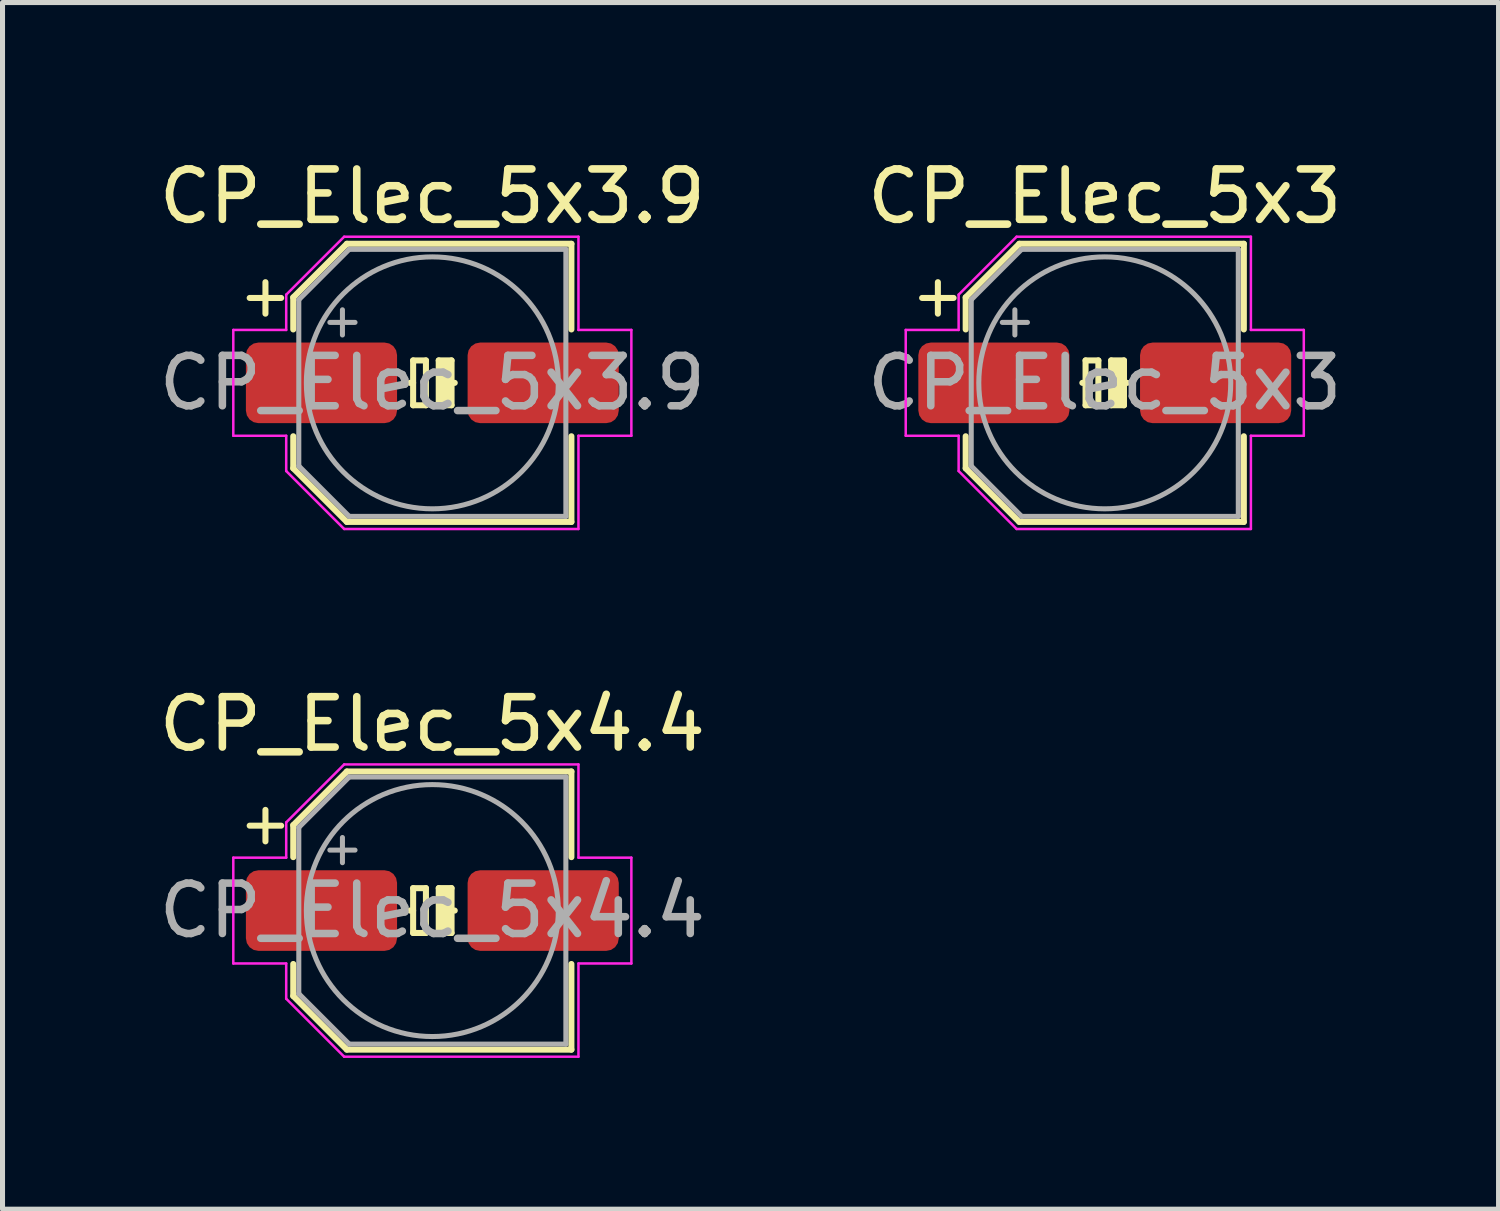
<source format=kicad_pcb>
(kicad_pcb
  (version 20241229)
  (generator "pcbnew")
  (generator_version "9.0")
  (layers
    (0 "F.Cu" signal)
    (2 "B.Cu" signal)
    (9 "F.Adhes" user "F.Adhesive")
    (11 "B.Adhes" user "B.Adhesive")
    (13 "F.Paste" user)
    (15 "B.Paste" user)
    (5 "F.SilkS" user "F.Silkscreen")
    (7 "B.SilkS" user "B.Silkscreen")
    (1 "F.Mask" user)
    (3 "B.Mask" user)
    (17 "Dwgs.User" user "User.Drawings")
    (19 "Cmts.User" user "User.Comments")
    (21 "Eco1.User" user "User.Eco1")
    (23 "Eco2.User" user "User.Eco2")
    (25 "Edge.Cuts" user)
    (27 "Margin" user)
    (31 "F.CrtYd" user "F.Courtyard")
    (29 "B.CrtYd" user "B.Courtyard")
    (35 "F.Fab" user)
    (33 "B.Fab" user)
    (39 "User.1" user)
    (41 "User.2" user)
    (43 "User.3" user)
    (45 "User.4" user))
  (footprint "CP_Elec_5x3"
    (layer "F.Cu")
    (at 18.875 4.548)
    (property "Reference" "CP_Elec_5x3" (at 0 -3.7 0) (layer "F.SilkS") (effects (font (size 1 1) (thickness 0.15))))
    (attr smd)
    (fp_line (start -3.625 -1.685) (end -3 -1.685) (stroke (width 0.12) (type solid)) (layer "F.SilkS"))
    (fp_line (start -3.312 -1.998) (end -3.312 -1.373) (stroke (width 0.12) (type solid)) (layer "F.SilkS"))
    (fp_line (start -2.76 -1.696) (end -2.76 -1.06) (stroke (width 0.12) (type solid)) (layer "F.SilkS"))
    (fp_line (start -2.76 -1.696) (end -1.696 -2.76) (stroke (width 0.12) (type solid)) (layer "F.SilkS"))
    (fp_line (start -2.76 1.696) (end -2.76 1.06) (stroke (width 0.12) (type solid)) (layer "F.SilkS"))
    (fp_line (start -2.76 1.696) (end -1.696 2.76) (stroke (width 0.12) (type solid)) (layer "F.SilkS"))
    (fp_line (start -1.696 -2.76) (end 2.76 -2.76) (stroke (width 0.12) (type solid)) (layer "F.SilkS"))
    (fp_line (start -1.696 2.76) (end 2.76 2.76) (stroke (width 0.12) (type solid)) (layer "F.SilkS"))
    (fp_line (start -0.381 0) (end -0.445 0) (stroke (width 0.12) (type solid)) (layer "F.SilkS"))
    (fp_line (start -0.381 0.445) (end -0.381 -0.445) (stroke (width 0.12) (type solid)) (layer "F.SilkS"))
    (fp_line (start -0.381 0.445) (end -0.127 0.445) (stroke (width 0.12) (type solid)) (layer "F.SilkS"))
    (fp_line (start -0.127 -0.445) (end -0.381 -0.445) (stroke (width 0.12) (type solid)) (layer "F.SilkS"))
    (fp_line (start -0.127 -0.445) (end -0.127 0.445) (stroke (width 0.12) (type solid)) (layer "F.SilkS"))
    (fp_line (start 0.127 -0.445) (end 0.127 -0.191) (stroke (width 0.12) (type solid)) (layer "F.SilkS"))
    (fp_line (start 0.127 -0.445) (end 0.381 -0.445) (stroke (width 0.12) (type solid)) (layer "F.SilkS"))
    (fp_line (start 0.127 -0.191) (end 0.127 0.445) (stroke (width 0.12) (type solid)) (layer "F.SilkS"))
    (fp_line (start 0.381 0) (end 0.445 0) (stroke (width 0.12) (type solid)) (layer "F.SilkS"))
    (fp_line (start 0.381 0.445) (end 0.127 0.445) (stroke (width 0.12) (type solid)) (layer "F.SilkS"))
    (fp_line (start 0.381 0.445) (end 0.381 -0.445) (stroke (width 0.12) (type solid)) (layer "F.SilkS"))
    (fp_line (start 2.76 -2.76) (end 2.76 -1.06) (stroke (width 0.12) (type solid)) (layer "F.SilkS"))
    (fp_line (start 2.76 2.76) (end 2.76 1.06) (stroke (width 0.12) (type solid)) (layer "F.SilkS"))
    (fp_poly (pts (xy 0.381 0.445) (xy 0.127 0.445) (xy 0.127 -0.445) (xy 0.381 -0.445)) (stroke (width 0.1) (type solid)) (fill yes) (layer "F.SilkS"))
    (fp_line (start -3.95 -1.05) (end -3.95 1.05) (stroke (width 0.05) (type solid)) (layer "F.CrtYd"))
    (fp_line (start -3.95 1.05) (end -2.9 1.05) (stroke (width 0.05) (type solid)) (layer "F.CrtYd"))
    (fp_line (start -2.9 -1.75) (end -2.9 -1.05) (stroke (width 0.05) (type solid)) (layer "F.CrtYd"))
    (fp_line (start -2.9 -1.75) (end -1.75 -2.9) (stroke (width 0.05) (type solid)) (layer "F.CrtYd"))
    (fp_line (start -2.9 -1.05) (end -3.95 -1.05) (stroke (width 0.05) (type solid)) (layer "F.CrtYd"))
    (fp_line (start -2.9 1.05) (end -2.9 1.75) (stroke (width 0.05) (type solid)) (layer "F.CrtYd"))
    (fp_line (start -2.9 1.75) (end -1.75 2.9) (stroke (width 0.05) (type solid)) (layer "F.CrtYd"))
    (fp_line (start -1.75 -2.9) (end 2.9 -2.9) (stroke (width 0.05) (type solid)) (layer "F.CrtYd"))
    (fp_line (start -1.75 2.9) (end 2.9 2.9) (stroke (width 0.05) (type solid)) (layer "F.CrtYd"))
    (fp_line (start 2.9 -2.9) (end 2.9 -1.05) (stroke (width 0.05) (type solid)) (layer "F.CrtYd"))
    (fp_line (start 2.9 -1.05) (end 3.95 -1.05) (stroke (width 0.05) (type solid)) (layer "F.CrtYd"))
    (fp_line (start 2.9 1.05) (end 2.9 2.9) (stroke (width 0.05) (type solid)) (layer "F.CrtYd"))
    (fp_line (start 3.95 -1.05) (end 3.95 1.05) (stroke (width 0.05) (type solid)) (layer "F.CrtYd"))
    (fp_line (start 3.95 1.05) (end 2.9 1.05) (stroke (width 0.05) (type solid)) (layer "F.CrtYd"))
    (fp_line (start -2.65 -1.65) (end -2.65 1.65) (stroke (width 0.1) (type solid)) (layer "F.Fab"))
    (fp_line (start -2.65 -1.65) (end -1.65 -2.65) (stroke (width 0.1) (type solid)) (layer "F.Fab"))
    (fp_line (start -2.65 1.65) (end -1.65 2.65) (stroke (width 0.1) (type solid)) (layer "F.Fab"))
    (fp_line (start -2.034 -1.2) (end -1.534 -1.2) (stroke (width 0.1) (type solid)) (layer "F.Fab"))
    (fp_line (start -1.784 -1.45) (end -1.784 -0.95) (stroke (width 0.1) (type solid)) (layer "F.Fab"))
    (fp_line (start -1.65 -2.65) (end 2.65 -2.65) (stroke (width 0.1) (type solid)) (layer "F.Fab"))
    (fp_line (start -1.65 2.65) (end 2.65 2.65) (stroke (width 0.1) (type solid)) (layer "F.Fab"))
    (fp_line (start 2.65 -2.65) (end 2.65 2.65) (stroke (width 0.1) (type solid)) (layer "F.Fab"))
    (fp_circle (center 0 0) (end 2.5 0) (stroke (width 0.1) (type solid)) (fill no) (layer "F.Fab"))
    (fp_text user "${REFERENCE}" (at 0 0 0) (layer "F.Fab") (effects (font (size 1 1) (thickness 0.15))))
    (pad "1" smd roundrect (at -2.2 0) (size 3 1.6) (layers "F.Cu" "F.Mask" "F.Paste") (roundrect_rratio 0.156))
    (pad "2" smd roundrect (at 2.2 0) (size 3 1.6) (layers "F.Cu" "F.Mask" "F.Paste") (roundrect_rratio 0.156)))
  (footprint "CP_Elec_5x3.9"
    (layer "F.Cu")
    (at 5.53 4.548)
    (property "Reference" "CP_Elec_5x3.9" (at 0 -3.7 0) (layer "F.SilkS") (effects (font (size 1 1) (thickness 0.15))))
    (attr smd)
    (fp_line (start -3.625 -1.685) (end -3 -1.685) (stroke (width 0.12) (type solid)) (layer "F.SilkS"))
    (fp_line (start -3.312 -1.998) (end -3.312 -1.373) (stroke (width 0.12) (type solid)) (layer "F.SilkS"))
    (fp_line (start -2.76 -1.696) (end -2.76 -1.06) (stroke (width 0.12) (type solid)) (layer "F.SilkS"))
    (fp_line (start -2.76 -1.696) (end -1.696 -2.76) (stroke (width 0.12) (type solid)) (layer "F.SilkS"))
    (fp_line (start -2.76 1.696) (end -2.76 1.06) (stroke (width 0.12) (type solid)) (layer "F.SilkS"))
    (fp_line (start -2.76 1.696) (end -1.696 2.76) (stroke (width 0.12) (type solid)) (layer "F.SilkS"))
    (fp_line (start -1.696 -2.76) (end 2.76 -2.76) (stroke (width 0.12) (type solid)) (layer "F.SilkS"))
    (fp_line (start -1.696 2.76) (end 2.76 2.76) (stroke (width 0.12) (type solid)) (layer "F.SilkS"))
    (fp_line (start -0.381 0) (end -0.445 0) (stroke (width 0.12) (type solid)) (layer "F.SilkS"))
    (fp_line (start -0.381 0.445) (end -0.381 -0.445) (stroke (width 0.12) (type solid)) (layer "F.SilkS"))
    (fp_line (start -0.381 0.445) (end -0.127 0.445) (stroke (width 0.12) (type solid)) (layer "F.SilkS"))
    (fp_line (start -0.127 -0.445) (end -0.381 -0.445) (stroke (width 0.12) (type solid)) (layer "F.SilkS"))
    (fp_line (start -0.127 -0.445) (end -0.127 0.445) (stroke (width 0.12) (type solid)) (layer "F.SilkS"))
    (fp_line (start 0.127 -0.445) (end 0.127 -0.191) (stroke (width 0.12) (type solid)) (layer "F.SilkS"))
    (fp_line (start 0.127 -0.445) (end 0.381 -0.445) (stroke (width 0.12) (type solid)) (layer "F.SilkS"))
    (fp_line (start 0.127 -0.191) (end 0.127 0.445) (stroke (width 0.12) (type solid)) (layer "F.SilkS"))
    (fp_line (start 0.381 0) (end 0.445 0) (stroke (width 0.12) (type solid)) (layer "F.SilkS"))
    (fp_line (start 0.381 0.445) (end 0.127 0.445) (stroke (width 0.12) (type solid)) (layer "F.SilkS"))
    (fp_line (start 0.381 0.445) (end 0.381 -0.445) (stroke (width 0.12) (type solid)) (layer "F.SilkS"))
    (fp_line (start 2.76 -2.76) (end 2.76 -1.06) (stroke (width 0.12) (type solid)) (layer "F.SilkS"))
    (fp_line (start 2.76 2.76) (end 2.76 1.06) (stroke (width 0.12) (type solid)) (layer "F.SilkS"))
    (fp_poly (pts (xy 0.381 0.445) (xy 0.127 0.445) (xy 0.127 -0.445) (xy 0.381 -0.445)) (stroke (width 0.1) (type solid)) (fill yes) (layer "F.SilkS"))
    (fp_line (start -3.95 -1.05) (end -3.95 1.05) (stroke (width 0.05) (type solid)) (layer "F.CrtYd"))
    (fp_line (start -3.95 1.05) (end -2.9 1.05) (stroke (width 0.05) (type solid)) (layer "F.CrtYd"))
    (fp_line (start -2.9 -1.75) (end -2.9 -1.05) (stroke (width 0.05) (type solid)) (layer "F.CrtYd"))
    (fp_line (start -2.9 -1.75) (end -1.75 -2.9) (stroke (width 0.05) (type solid)) (layer "F.CrtYd"))
    (fp_line (start -2.9 -1.05) (end -3.95 -1.05) (stroke (width 0.05) (type solid)) (layer "F.CrtYd"))
    (fp_line (start -2.9 1.05) (end -2.9 1.75) (stroke (width 0.05) (type solid)) (layer "F.CrtYd"))
    (fp_line (start -2.9 1.75) (end -1.75 2.9) (stroke (width 0.05) (type solid)) (layer "F.CrtYd"))
    (fp_line (start -1.75 -2.9) (end 2.9 -2.9) (stroke (width 0.05) (type solid)) (layer "F.CrtYd"))
    (fp_line (start -1.75 2.9) (end 2.9 2.9) (stroke (width 0.05) (type solid)) (layer "F.CrtYd"))
    (fp_line (start 2.9 -2.9) (end 2.9 -1.05) (stroke (width 0.05) (type solid)) (layer "F.CrtYd"))
    (fp_line (start 2.9 -1.05) (end 3.95 -1.05) (stroke (width 0.05) (type solid)) (layer "F.CrtYd"))
    (fp_line (start 2.9 1.05) (end 2.9 2.9) (stroke (width 0.05) (type solid)) (layer "F.CrtYd"))
    (fp_line (start 3.95 -1.05) (end 3.95 1.05) (stroke (width 0.05) (type solid)) (layer "F.CrtYd"))
    (fp_line (start 3.95 1.05) (end 2.9 1.05) (stroke (width 0.05) (type solid)) (layer "F.CrtYd"))
    (fp_line (start -2.65 -1.65) (end -2.65 1.65) (stroke (width 0.1) (type solid)) (layer "F.Fab"))
    (fp_line (start -2.65 -1.65) (end -1.65 -2.65) (stroke (width 0.1) (type solid)) (layer "F.Fab"))
    (fp_line (start -2.65 1.65) (end -1.65 2.65) (stroke (width 0.1) (type solid)) (layer "F.Fab"))
    (fp_line (start -2.034 -1.2) (end -1.534 -1.2) (stroke (width 0.1) (type solid)) (layer "F.Fab"))
    (fp_line (start -1.784 -1.45) (end -1.784 -0.95) (stroke (width 0.1) (type solid)) (layer "F.Fab"))
    (fp_line (start -1.65 -2.65) (end 2.65 -2.65) (stroke (width 0.1) (type solid)) (layer "F.Fab"))
    (fp_line (start -1.65 2.65) (end 2.65 2.65) (stroke (width 0.1) (type solid)) (layer "F.Fab"))
    (fp_line (start 2.65 -2.65) (end 2.65 2.65) (stroke (width 0.1) (type solid)) (layer "F.Fab"))
    (fp_circle (center 0 0) (end 2.5 0) (stroke (width 0.1) (type solid)) (fill no) (layer "F.Fab"))
    (fp_text user "${REFERENCE}" (at 0 0 0) (layer "F.Fab") (effects (font (size 1 1) (thickness 0.15))))
    (pad "1" smd roundrect (at -2.2 0) (size 3 1.6) (layers "F.Cu" "F.Mask" "F.Paste") (roundrect_rratio 0.156))
    (pad "2" smd roundrect (at 2.2 0) (size 3 1.6) (layers "F.Cu" "F.Mask" "F.Paste") (roundrect_rratio 0.156)))
  (footprint "CP_Elec_5x4.4"
    (layer "F.Cu")
    (at 5.53 15.021)
    (property "Reference" "CP_Elec_5x4.4" (at 0 -3.7 0) (layer "F.SilkS") (effects (font (size 1 1) (thickness 0.15))))
    (attr smd)
    (fp_line (start -3.625 -1.685) (end -3 -1.685) (stroke (width 0.12) (type solid)) (layer "F.SilkS"))
    (fp_line (start -3.312 -1.998) (end -3.312 -1.373) (stroke (width 0.12) (type solid)) (layer "F.SilkS"))
    (fp_line (start -2.76 -1.696) (end -2.76 -1.06) (stroke (width 0.12) (type solid)) (layer "F.SilkS"))
    (fp_line (start -2.76 -1.696) (end -1.696 -2.76) (stroke (width 0.12) (type solid)) (layer "F.SilkS"))
    (fp_line (start -2.76 1.696) (end -2.76 1.06) (stroke (width 0.12) (type solid)) (layer "F.SilkS"))
    (fp_line (start -2.76 1.696) (end -1.696 2.76) (stroke (width 0.12) (type solid)) (layer "F.SilkS"))
    (fp_line (start -1.696 -2.76) (end 2.76 -2.76) (stroke (width 0.12) (type solid)) (layer "F.SilkS"))
    (fp_line (start -1.696 2.76) (end 2.76 2.76) (stroke (width 0.12) (type solid)) (layer "F.SilkS"))
    (fp_line (start -0.381 0) (end -0.445 0) (stroke (width 0.12) (type solid)) (layer "F.SilkS"))
    (fp_line (start -0.381 0.445) (end -0.381 -0.445) (stroke (width 0.12) (type solid)) (layer "F.SilkS"))
    (fp_line (start -0.381 0.445) (end -0.127 0.445) (stroke (width 0.12) (type solid)) (layer "F.SilkS"))
    (fp_line (start -0.127 -0.445) (end -0.381 -0.445) (stroke (width 0.12) (type solid)) (layer "F.SilkS"))
    (fp_line (start -0.127 -0.445) (end -0.127 0.445) (stroke (width 0.12) (type solid)) (layer "F.SilkS"))
    (fp_line (start 0.127 -0.445) (end 0.127 -0.191) (stroke (width 0.12) (type solid)) (layer "F.SilkS"))
    (fp_line (start 0.127 -0.445) (end 0.381 -0.445) (stroke (width 0.12) (type solid)) (layer "F.SilkS"))
    (fp_line (start 0.127 -0.191) (end 0.127 0.445) (stroke (width 0.12) (type solid)) (layer "F.SilkS"))
    (fp_line (start 0.381 0) (end 0.445 0) (stroke (width 0.12) (type solid)) (layer "F.SilkS"))
    (fp_line (start 0.381 0.445) (end 0.127 0.445) (stroke (width 0.12) (type solid)) (layer "F.SilkS"))
    (fp_line (start 0.381 0.445) (end 0.381 -0.445) (stroke (width 0.12) (type solid)) (layer "F.SilkS"))
    (fp_line (start 2.76 -2.76) (end 2.76 -1.06) (stroke (width 0.12) (type solid)) (layer "F.SilkS"))
    (fp_line (start 2.76 2.76) (end 2.76 1.06) (stroke (width 0.12) (type solid)) (layer "F.SilkS"))
    (fp_poly (pts (xy 0.381 0.445) (xy 0.127 0.445) (xy 0.127 -0.445) (xy 0.381 -0.445)) (stroke (width 0.1) (type solid)) (fill yes) (layer "F.SilkS"))
    (fp_line (start -3.95 -1.05) (end -3.95 1.05) (stroke (width 0.05) (type solid)) (layer "F.CrtYd"))
    (fp_line (start -3.95 1.05) (end -2.9 1.05) (stroke (width 0.05) (type solid)) (layer "F.CrtYd"))
    (fp_line (start -2.9 -1.75) (end -2.9 -1.05) (stroke (width 0.05) (type solid)) (layer "F.CrtYd"))
    (fp_line (start -2.9 -1.75) (end -1.75 -2.9) (stroke (width 0.05) (type solid)) (layer "F.CrtYd"))
    (fp_line (start -2.9 -1.05) (end -3.95 -1.05) (stroke (width 0.05) (type solid)) (layer "F.CrtYd"))
    (fp_line (start -2.9 1.05) (end -2.9 1.75) (stroke (width 0.05) (type solid)) (layer "F.CrtYd"))
    (fp_line (start -2.9 1.75) (end -1.75 2.9) (stroke (width 0.05) (type solid)) (layer "F.CrtYd"))
    (fp_line (start -1.75 -2.9) (end 2.9 -2.9) (stroke (width 0.05) (type solid)) (layer "F.CrtYd"))
    (fp_line (start -1.75 2.9) (end 2.9 2.9) (stroke (width 0.05) (type solid)) (layer "F.CrtYd"))
    (fp_line (start 2.9 -2.9) (end 2.9 -1.05) (stroke (width 0.05) (type solid)) (layer "F.CrtYd"))
    (fp_line (start 2.9 -1.05) (end 3.95 -1.05) (stroke (width 0.05) (type solid)) (layer "F.CrtYd"))
    (fp_line (start 2.9 1.05) (end 2.9 2.9) (stroke (width 0.05) (type solid)) (layer "F.CrtYd"))
    (fp_line (start 3.95 -1.05) (end 3.95 1.05) (stroke (width 0.05) (type solid)) (layer "F.CrtYd"))
    (fp_line (start 3.95 1.05) (end 2.9 1.05) (stroke (width 0.05) (type solid)) (layer "F.CrtYd"))
    (fp_line (start -2.65 -1.65) (end -2.65 1.65) (stroke (width 0.1) (type solid)) (layer "F.Fab"))
    (fp_line (start -2.65 -1.65) (end -1.65 -2.65) (stroke (width 0.1) (type solid)) (layer "F.Fab"))
    (fp_line (start -2.65 1.65) (end -1.65 2.65) (stroke (width 0.1) (type solid)) (layer "F.Fab"))
    (fp_line (start -2.034 -1.2) (end -1.534 -1.2) (stroke (width 0.1) (type solid)) (layer "F.Fab"))
    (fp_line (start -1.784 -1.45) (end -1.784 -0.95) (stroke (width 0.1) (type solid)) (layer "F.Fab"))
    (fp_line (start -1.65 -2.65) (end 2.65 -2.65) (stroke (width 0.1) (type solid)) (layer "F.Fab"))
    (fp_line (start -1.65 2.65) (end 2.65 2.65) (stroke (width 0.1) (type solid)) (layer "F.Fab"))
    (fp_line (start 2.65 -2.65) (end 2.65 2.65) (stroke (width 0.1) (type solid)) (layer "F.Fab"))
    (fp_circle (center 0 0) (end 2.5 0) (stroke (width 0.1) (type solid)) (fill no) (layer "F.Fab"))
    (fp_text user "${REFERENCE}" (at 0 0 0) (layer "F.Fab") (effects (font (size 1 1) (thickness 0.15))))
    (pad "1" smd roundrect (at -2.2 0) (size 3 1.6) (layers "F.Cu" "F.Mask" "F.Paste") (roundrect_rratio 0.156))
    (pad "2" smd roundrect (at 2.2 0) (size 3 1.6) (layers "F.Cu" "F.Mask" "F.Paste") (roundrect_rratio 0.156)))
  (gr_rect
    (start -3 -3)
    (end 26.69 20.947)
    (stroke (width 0.1) (type default))
    (fill no)
    (layer "Edge.Cuts")))
</source>
